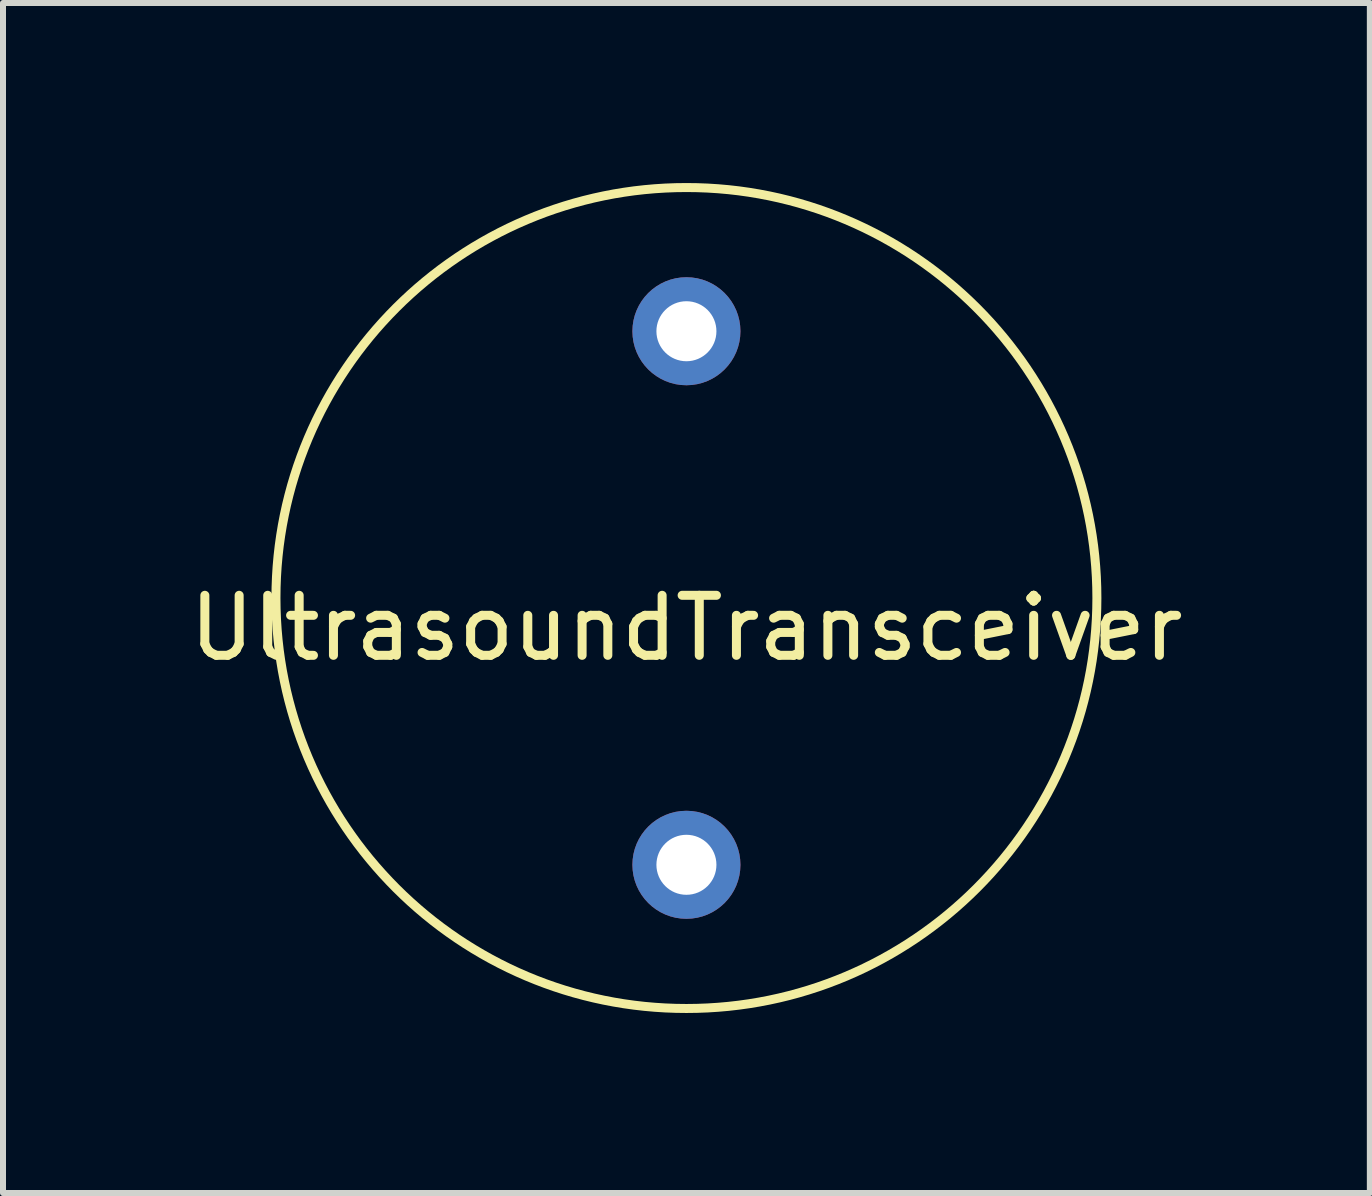
<source format=kicad_pcb>
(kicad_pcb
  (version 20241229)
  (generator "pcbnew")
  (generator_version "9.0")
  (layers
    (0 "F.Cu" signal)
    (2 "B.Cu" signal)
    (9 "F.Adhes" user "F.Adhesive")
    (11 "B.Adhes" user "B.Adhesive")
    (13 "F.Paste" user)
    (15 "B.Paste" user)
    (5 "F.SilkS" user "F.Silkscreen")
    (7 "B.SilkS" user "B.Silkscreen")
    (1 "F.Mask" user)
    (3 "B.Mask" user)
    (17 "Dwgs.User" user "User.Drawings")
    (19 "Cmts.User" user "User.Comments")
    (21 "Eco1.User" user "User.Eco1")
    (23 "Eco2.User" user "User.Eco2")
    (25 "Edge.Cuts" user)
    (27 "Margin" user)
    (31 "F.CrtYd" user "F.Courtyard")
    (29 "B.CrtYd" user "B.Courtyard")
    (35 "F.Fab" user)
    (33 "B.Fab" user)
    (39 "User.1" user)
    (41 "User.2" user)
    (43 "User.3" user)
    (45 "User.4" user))
  (footprint "UltrasoundTransceiver"
    (layer "F.Cu")
    (at 8.387 6.914)
    (property "Reference" "UltrasoundTransceiver" (at 0 0.5 0) (layer "F.SilkS") (effects (font (size 1 1) (thickness 0.15))))
    (attr through_hole)
    (fp_circle (center 0 0) (end 6.35 2.54) (stroke (width 0.15) (type solid)) (fill no) (layer "F.SilkS"))
    (pad "1" thru_hole circle (at 0 -4.445) (size 1.8 1.8) (drill 1) (layers "*.Cu" "*.Mask"))
    (pad "2" thru_hole circle (at 0 4.445) (size 1.8 1.8) (drill 1) (layers "*.Cu" "*.Mask")))
  (gr_rect
    (start -3 -3)
    (end 19.774 16.828)
    (stroke (width 0.1) (type default))
    (fill no)
    (layer "Edge.Cuts")))
</source>
